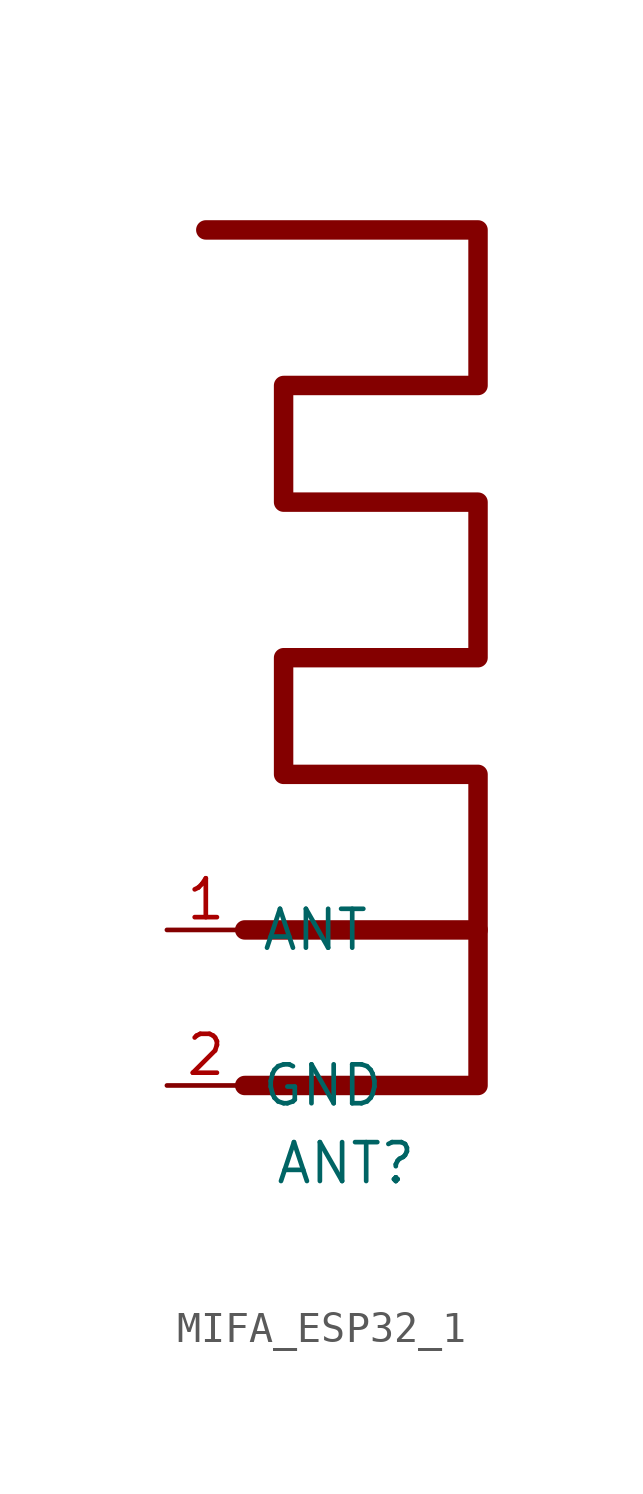
<source format=kicad_sym>
(kicad_symbol_lib
  (version 20231120)
  (generator "kicad_symbol_editor")
  (generator_version "8.0")
  (symbol "MIFA_ESP32_1"
    (property "Reference" "ANT"
      (at 0.762 -1.27 0)
      (effects (font (size 1.27 1.27))))
    (property "Value" ""
      (at 0 -2.286 0)
      (effects (font (size 1.27 1.27))))
    (symbol "MIFA_ESP32_1_1_1"
      (polyline (pts (xy -2.54 6.35) (xy 5.08 6.35) (xy 5.08 1.27) (xy -2.54 1.27)) (stroke (width 0.635) (type default)) (fill (type none)))
      (polyline (pts (xy 5.08 6.35) (xy 5.08 11.43) (xy -1.27 11.43) (xy -1.27 15.24) (xy 5.08 15.24) (xy 5.08 20.32) (xy -1.27 20.32) (xy -1.27 24.13) (xy 5.08 24.13) (xy 5.08 29.21) (xy -3.81 29.21)) (stroke (width 0.635) (type default)) (fill (type none)))
      (pin input line (at -5.08 6.35 0) (length 2.54) (name "ANT" (effects (font (size 1.27 1.27)))) (number "1" (effects (font (size 1.27 1.27)))))
      (pin input line (at -5.08 1.27 0) (length 2.54) (name "GND" (effects (font (size 1.27 1.27)))) (number "2" (effects (font (size 1.27 1.27))))))))
</source>
